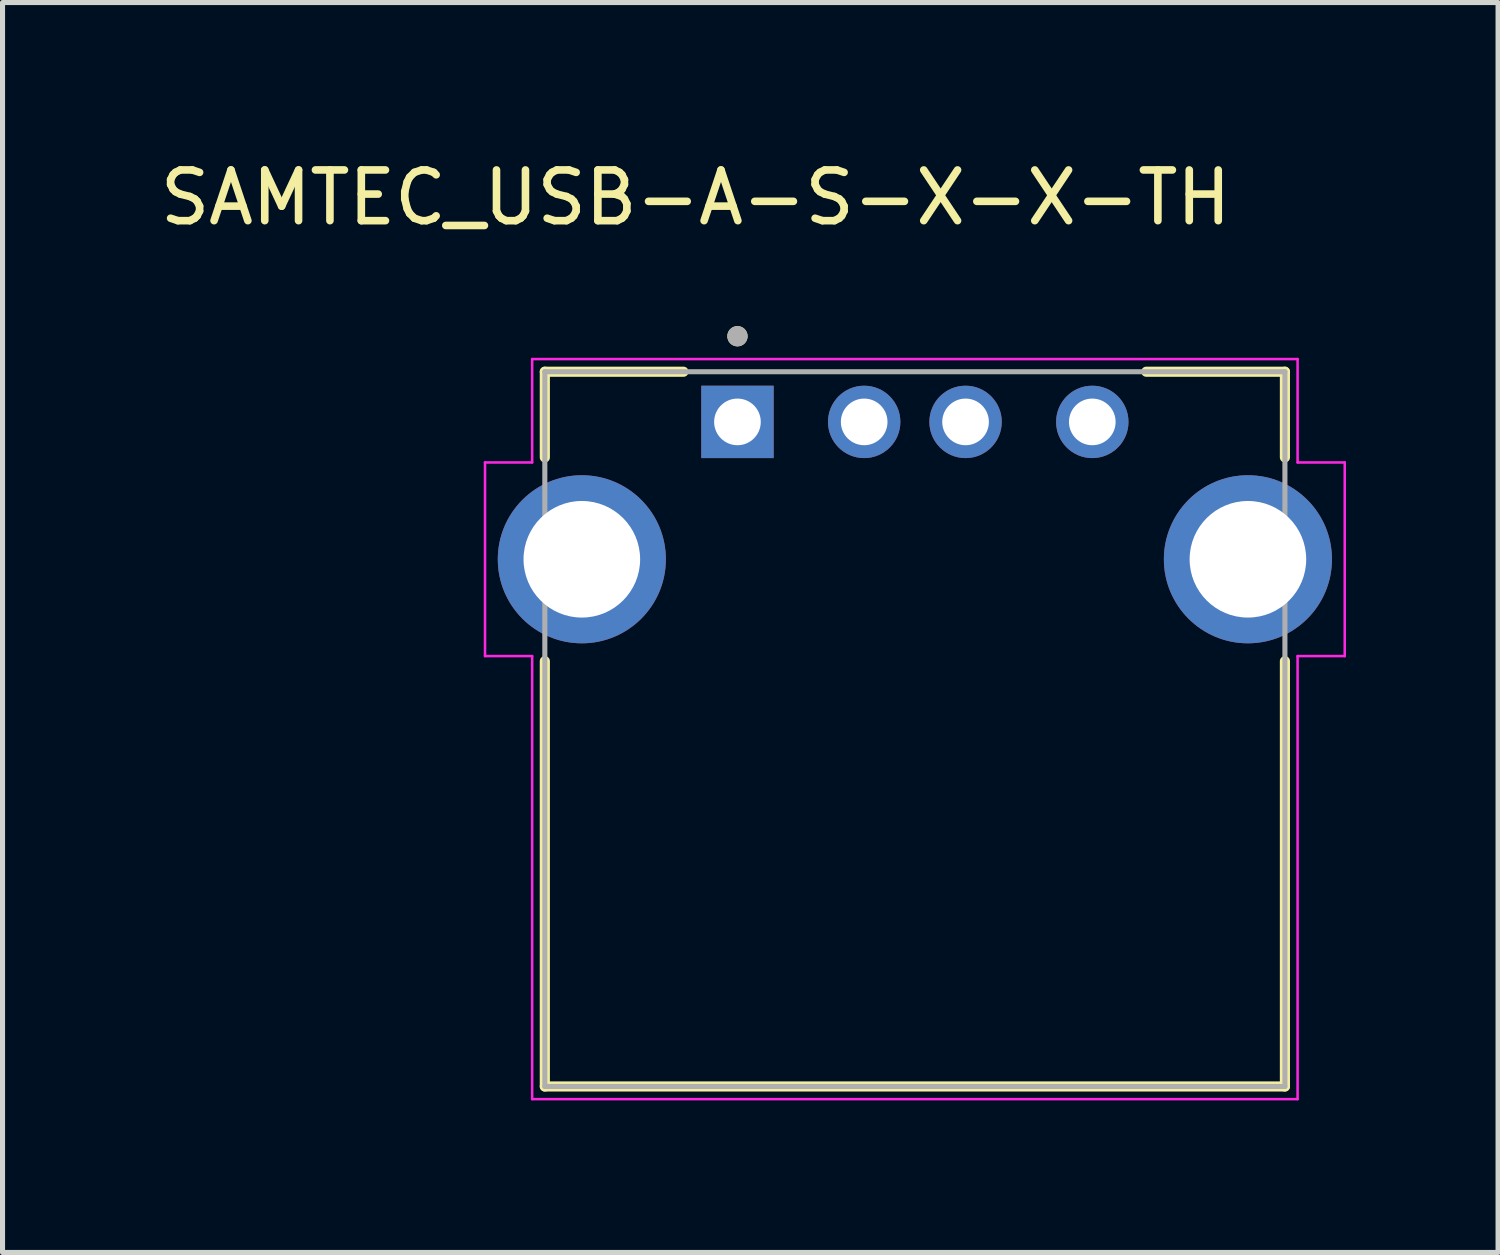
<source format=kicad_pcb>
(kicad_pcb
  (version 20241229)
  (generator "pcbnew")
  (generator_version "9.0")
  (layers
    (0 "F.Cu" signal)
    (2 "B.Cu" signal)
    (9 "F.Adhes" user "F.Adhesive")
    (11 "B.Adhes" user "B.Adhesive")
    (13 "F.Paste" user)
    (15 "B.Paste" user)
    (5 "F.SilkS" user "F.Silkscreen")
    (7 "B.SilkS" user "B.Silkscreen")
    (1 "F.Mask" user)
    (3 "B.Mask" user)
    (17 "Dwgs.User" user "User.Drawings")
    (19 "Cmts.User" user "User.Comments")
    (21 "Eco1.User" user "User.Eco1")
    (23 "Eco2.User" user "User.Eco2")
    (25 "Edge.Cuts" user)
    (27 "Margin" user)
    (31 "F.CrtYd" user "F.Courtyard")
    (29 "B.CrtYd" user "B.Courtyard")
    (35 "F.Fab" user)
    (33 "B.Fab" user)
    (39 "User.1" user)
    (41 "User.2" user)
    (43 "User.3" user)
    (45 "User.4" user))
  (footprint "SAMTEC_USB-A-S-X-X-TH"
    (layer "F.Cu")
    (at 14.998 7.983)
    (property "Reference" "SAMTEC_USB-A-S-X-X-TH" (at -4.325 -7.135 0) (layer "F.SilkS") (effects (font (size 1 1) (thickness 0.15))))
    (attr through_hole)
    (fp_line (start -7.3 -3.7) (end -4.565 -3.7) (stroke (width 0.2) (type solid)) (layer "F.SilkS"))
    (fp_line (start -7.3 -2.01) (end -7.3 -3.7) (stroke (width 0.2) (type solid)) (layer "F.SilkS"))
    (fp_line (start -7.3 10.4) (end -7.3 2.01) (stroke (width 0.2) (type solid)) (layer "F.SilkS"))
    (fp_line (start 4.565 -3.7) (end 7.3 -3.7) (stroke (width 0.2) (type solid)) (layer "F.SilkS"))
    (fp_line (start 7.3 -3.7) (end 7.3 -2.01) (stroke (width 0.2) (type solid)) (layer "F.SilkS"))
    (fp_line (start 7.3 2.01) (end 7.3 10.4) (stroke (width 0.2) (type solid)) (layer "F.SilkS"))
    (fp_line (start 7.3 10.4) (end -7.3 10.4) (stroke (width 0.2) (type solid)) (layer "F.SilkS"))
    (fp_circle (center -3.5 -4.4) (end -3.4 -4.4) (stroke (width 0.2) (type solid)) (fill no) (layer "F.SilkS"))
    (fp_line (start -8.48 -1.91) (end -7.55 -1.91) (stroke (width 0.05) (type solid)) (layer "F.CrtYd"))
    (fp_line (start -8.48 1.91) (end -8.48 -1.91) (stroke (width 0.05) (type solid)) (layer "F.CrtYd"))
    (fp_line (start -7.55 -3.95) (end 7.55 -3.95) (stroke (width 0.05) (type solid)) (layer "F.CrtYd"))
    (fp_line (start -7.55 -1.91) (end -7.55 -3.95) (stroke (width 0.05) (type solid)) (layer "F.CrtYd"))
    (fp_line (start -7.55 1.91) (end -8.48 1.91) (stroke (width 0.05) (type solid)) (layer "F.CrtYd"))
    (fp_line (start -7.55 10.65) (end -7.55 1.91) (stroke (width 0.05) (type solid)) (layer "F.CrtYd"))
    (fp_line (start 7.55 -3.95) (end 7.55 -1.91) (stroke (width 0.05) (type solid)) (layer "F.CrtYd"))
    (fp_line (start 7.55 -1.91) (end 8.48 -1.91) (stroke (width 0.05) (type solid)) (layer "F.CrtYd"))
    (fp_line (start 7.55 1.91) (end 7.55 10.65) (stroke (width 0.05) (type solid)) (layer "F.CrtYd"))
    (fp_line (start 7.55 10.65) (end -7.55 10.65) (stroke (width 0.05) (type solid)) (layer "F.CrtYd"))
    (fp_line (start 8.48 -1.91) (end 8.48 1.91) (stroke (width 0.05) (type solid)) (layer "F.CrtYd"))
    (fp_line (start 8.48 1.91) (end 7.55 1.91) (stroke (width 0.05) (type solid)) (layer "F.CrtYd"))
    (fp_line (start -7.3 -3.7) (end 7.3 -3.7) (stroke (width 0.1) (type solid)) (layer "F.Fab"))
    (fp_line (start -7.3 10.4) (end -7.3 -3.7) (stroke (width 0.1) (type solid)) (layer "F.Fab"))
    (fp_line (start 7.3 -3.7) (end 7.3 10.4) (stroke (width 0.1) (type solid)) (layer "F.Fab"))
    (fp_line (start 7.3 10.4) (end -7.3 10.4) (stroke (width 0.1) (type solid)) (layer "F.Fab"))
    (fp_circle (center -3.5 -4.4) (end -3.4 -4.4) (stroke (width 0.2) (type solid)) (fill no) (layer "F.Fab"))
    (pad "01" thru_hole rect (at -3.5 -2.71) (size 1.428 1.428) (drill 0.92) (layers "*.Cu" "*.Mask"))
    (pad "02" thru_hole circle (at -1 -2.71) (size 1.428 1.428) (drill 0.92) (layers "*.Cu" "*.Mask"))
    (pad "03" thru_hole circle (at 1 -2.71) (size 1.428 1.428) (drill 0.92) (layers "*.Cu" "*.Mask"))
    (pad "04" thru_hole circle (at 3.5 -2.71) (size 1.428 1.428) (drill 0.92) (layers "*.Cu" "*.Mask"))
    (pad "S1" thru_hole circle (at -6.57 0) (size 3.316 3.316) (drill 2.3) (layers "*.Cu" "*.Mask"))
    (pad "S2" thru_hole circle (at 6.57 0) (size 3.316 3.316) (drill 2.3) (layers "*.Cu" "*.Mask")))
  (gr_rect
    (start -3 -3)
    (end 26.503 21.658)
    (stroke (width 0.1) (type default))
    (fill no)
    (layer "Edge.Cuts")))
</source>
